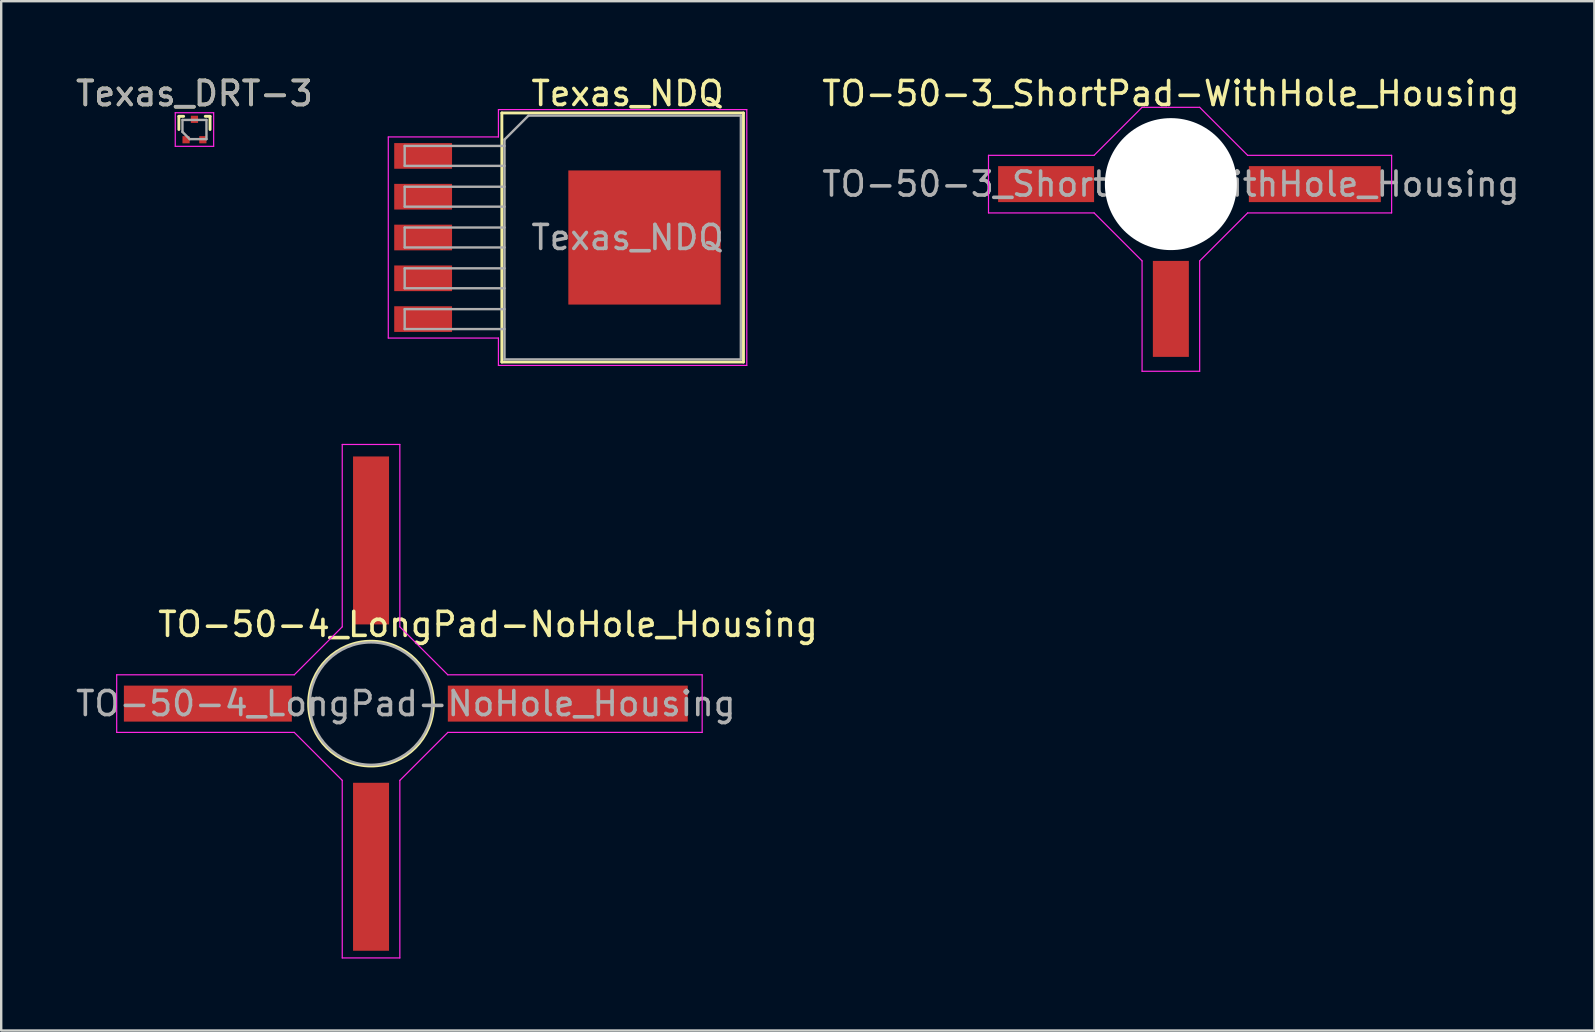
<source format=kicad_pcb>
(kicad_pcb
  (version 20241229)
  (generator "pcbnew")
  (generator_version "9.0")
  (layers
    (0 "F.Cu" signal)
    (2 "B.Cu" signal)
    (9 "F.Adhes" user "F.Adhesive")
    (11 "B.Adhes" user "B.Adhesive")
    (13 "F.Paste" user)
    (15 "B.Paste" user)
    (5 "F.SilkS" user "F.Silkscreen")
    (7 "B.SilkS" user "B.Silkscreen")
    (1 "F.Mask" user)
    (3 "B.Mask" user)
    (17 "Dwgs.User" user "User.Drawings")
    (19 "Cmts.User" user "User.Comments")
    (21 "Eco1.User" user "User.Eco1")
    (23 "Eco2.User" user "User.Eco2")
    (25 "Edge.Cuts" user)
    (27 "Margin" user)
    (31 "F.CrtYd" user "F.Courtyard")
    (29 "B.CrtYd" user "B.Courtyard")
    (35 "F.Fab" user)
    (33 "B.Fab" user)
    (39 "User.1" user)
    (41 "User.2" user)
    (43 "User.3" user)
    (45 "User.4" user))
  (footprint "Texas_NDQ"
    (layer "F.Cu")
    (at 20.602 6.848)
    (property "Reference" "Texas_NDQ" (at 2.5 -6 0) (layer "F.SilkS") (effects (font (size 1 1) (thickness 0.15))))
    (attr smd)
    (fp_line (start -2.737 -5.19) (end -2.737 5.19) (stroke (width 0.12) (type solid)) (layer "F.SilkS"))
    (fp_line (start -2.737 -5.19) (end 7.332 -5.19) (stroke (width 0.12) (type solid)) (layer "F.SilkS"))
    (fp_line (start 7.332 5.19) (end -2.737 5.19) (stroke (width 0.12) (type solid)) (layer "F.SilkS"))
    (fp_line (start 7.332 5.19) (end 7.332 -5.19) (stroke (width 0.12) (type solid)) (layer "F.SilkS"))
    (fp_line (start -7.47 4.19) (end -7.47 -4.19) (stroke (width 0.05) (type solid)) (layer "F.CrtYd"))
    (fp_line (start -2.88 -4.19) (end -7.47 -4.19) (stroke (width 0.05) (type solid)) (layer "F.CrtYd"))
    (fp_line (start -2.88 -4.19) (end -2.88 -5.33) (stroke (width 0.05) (type solid)) (layer "F.CrtYd"))
    (fp_line (start -2.88 4.19) (end -7.47 4.19) (stroke (width 0.05) (type solid)) (layer "F.CrtYd"))
    (fp_line (start -2.88 5.33) (end -2.88 4.19) (stroke (width 0.05) (type solid)) (layer "F.CrtYd"))
    (fp_line (start 7.47 -5.33) (end -2.88 -5.33) (stroke (width 0.05) (type solid)) (layer "F.CrtYd"))
    (fp_line (start 7.47 -5.33) (end 7.47 5.33) (stroke (width 0.05) (type solid)) (layer "F.CrtYd"))
    (fp_line (start 7.47 5.33) (end -2.88 5.33) (stroke (width 0.05) (type solid)) (layer "F.CrtYd"))
    (fp_line (start -6.787 -3.815) (end -6.787 -2.985) (stroke (width 0.1) (type solid)) (layer "F.Fab"))
    (fp_line (start -6.787 -2.115) (end -6.787 -1.285) (stroke (width 0.1) (type solid)) (layer "F.Fab"))
    (fp_line (start -6.787 -0.415) (end -6.787 0.415) (stroke (width 0.1) (type solid)) (layer "F.Fab"))
    (fp_line (start -6.787 1.285) (end -6.787 2.115) (stroke (width 0.1) (type solid)) (layer "F.Fab"))
    (fp_line (start -6.787 2.985) (end -6.787 3.815) (stroke (width 0.1) (type solid)) (layer "F.Fab"))
    (fp_line (start -2.627 -3.815) (end -6.787 -3.815) (stroke (width 0.1) (type solid)) (layer "F.Fab"))
    (fp_line (start -2.627 -2.985) (end -6.787 -2.985) (stroke (width 0.1) (type solid)) (layer "F.Fab"))
    (fp_line (start -2.627 -2.115) (end -6.787 -2.115) (stroke (width 0.1) (type solid)) (layer "F.Fab"))
    (fp_line (start -2.627 -1.285) (end -6.787 -1.285) (stroke (width 0.1) (type solid)) (layer "F.Fab"))
    (fp_line (start -2.627 -0.415) (end -6.787 -0.415) (stroke (width 0.1) (type solid)) (layer "F.Fab"))
    (fp_line (start -2.627 0.415) (end -6.787 0.415) (stroke (width 0.1) (type solid)) (layer "F.Fab"))
    (fp_line (start -2.627 1.285) (end -6.787 1.285) (stroke (width 0.1) (type solid)) (layer "F.Fab"))
    (fp_line (start -2.627 2.115) (end -6.787 2.115) (stroke (width 0.1) (type solid)) (layer "F.Fab"))
    (fp_line (start -2.627 2.985) (end -6.787 2.985) (stroke (width 0.1) (type solid)) (layer "F.Fab"))
    (fp_line (start -2.627 3.815) (end -6.787 3.815) (stroke (width 0.1) (type solid)) (layer "F.Fab"))
    (fp_line (start -2.627 5.08) (end -2.627 -4.08) (stroke (width 0.1) (type solid)) (layer "F.Fab"))
    (fp_line (start -1.627 -5.08) (end -2.627 -4.08) (stroke (width 0.1) (type solid)) (layer "F.Fab"))
    (fp_line (start -1.627 -5.08) (end 7.223 -5.08) (stroke (width 0.1) (type solid)) (layer "F.Fab"))
    (fp_line (start 7.223 -5.08) (end 7.223 5.08) (stroke (width 0.1) (type solid)) (layer "F.Fab"))
    (fp_line (start 7.223 5.08) (end -2.627 5.08) (stroke (width 0.1) (type solid)) (layer "F.Fab"))
    (fp_text user "${REFERENCE}" (at 2.5 0 0) (layer "F.Fab") (effects (font (size 1 1) (thickness 0.15))))
    (pad "1" smd rect (at -6.018 -3.4) (size 2.41 1.07) (layers "F.Cu" "F.Mask" "F.Paste"))
    (pad "2" smd rect (at -6.018 -1.7) (size 2.41 1.07) (layers "F.Cu" "F.Mask" "F.Paste"))
    (pad "3" smd rect (at -6.018 0) (size 2.41 1.07) (layers "F.Cu" "F.Mask" "F.Paste"))
    (pad "4" smd rect (at -6.018 1.7) (size 2.41 1.07) (layers "F.Cu" "F.Mask" "F.Paste"))
    (pad "5" smd rect (at -6.018 3.4) (size 2.41 1.07) (layers "F.Cu" "F.Mask" "F.Paste"))
    (pad "6" smd rect (at 3.208 0) (size 6.35 5.59) (layers "F.Cu" "F.Mask" "F.Paste")))
  (footprint "TO-50-3_ShortPad-WithHole_Housing"
    (layer "F.Cu")
    (at 46.146 7.223)
    (property "Reference" "TO-50-3_ShortPad-WithHole_Housing" (at -0.4 -6.375 0) (layer "F.SilkS") (effects (font (size 1 1) (thickness 0.15))))
    (attr smd)
    (fp_line (start -8 -1.4) (end -8 -3.8) (stroke (width 0.05) (type solid)) (layer "F.CrtYd"))
    (fp_line (start -8 -1.4) (end -3.6 -1.4) (stroke (width 0.05) (type solid)) (layer "F.CrtYd"))
    (fp_line (start -3.6 -3.8) (end -8 -3.8) (stroke (width 0.05) (type solid)) (layer "F.CrtYd"))
    (fp_line (start -3.6 -3.8) (end -1.6 -5.8) (stroke (width 0.05) (type solid)) (layer "F.CrtYd"))
    (fp_line (start -1.6 -5.8) (end 0.8 -5.8) (stroke (width 0.05) (type solid)) (layer "F.CrtYd"))
    (fp_line (start -1.6 0.6) (end -3.6 -1.4) (stroke (width 0.05) (type solid)) (layer "F.CrtYd"))
    (fp_line (start -1.6 5.2) (end -1.6 0.6) (stroke (width 0.05) (type solid)) (layer "F.CrtYd"))
    (fp_line (start 0.8 -5.8) (end 2.8 -3.8) (stroke (width 0.05) (type solid)) (layer "F.CrtYd"))
    (fp_line (start 0.8 0.6) (end 0.8 5.2) (stroke (width 0.05) (type solid)) (layer "F.CrtYd"))
    (fp_line (start 0.8 5.2) (end -1.6 5.2) (stroke (width 0.05) (type solid)) (layer "F.CrtYd"))
    (fp_line (start 2.8 -3.8) (end 8.8 -3.8) (stroke (width 0.05) (type solid)) (layer "F.CrtYd"))
    (fp_line (start 2.8 -1.4) (end 0.8 0.6) (stroke (width 0.05) (type solid)) (layer "F.CrtYd"))
    (fp_line (start 8.8 -3.8) (end 8.8 -1.4) (stroke (width 0.05) (type solid)) (layer "F.CrtYd"))
    (fp_line (start 8.8 -1.4) (end 2.8 -1.4) (stroke (width 0.05) (type solid)) (layer "F.CrtYd"))
    (fp_circle (center -0.4 -2.6) (end -0.35 -5.15) (stroke (width 0.1) (type solid)) (fill no) (layer "F.Fab"))
    (fp_text user "${REFERENCE}" (at -0.4 -2.6 0) (layer "F.Fab") (effects (font (size 1 1) (thickness 0.15))))
    (pad "" np_thru_hole circle (at -0.4 -2.6 270) (size 5.5 5.5) (drill 5.5) (layers "*.Cu" "*.Mask"))
    (pad "1" smd rect (at -5.6 -2.6 270) (size 1.5 4) (layers "F.Cu" "F.Mask" "F.Paste"))
    (pad "2" smd rect (at -0.4 2.6 270) (size 4 1.5) (layers "F.Cu" "F.Mask" "F.Paste"))
    (pad "3" smd rect (at 5.6 -2.6 270) (size 1.5 5.5) (layers "F.Cu" "F.Mask" "F.Paste")))
  (footprint "Texas_DRT-3"
    (layer "F.Cu")
    (at 5.054 2.348)
    (property "Reference" "Texas_DRT-3" (at 0 -1.5 0) (layer "F.SilkS") (effects (font (size 1 1) (thickness 0.15))))
    (attr smd)
    (fp_line (start -0.65 -0.55) (end -0.45 -0.55) (stroke (width 0.12) (type solid)) (layer "F.SilkS"))
    (fp_line (start -0.65 0) (end -0.65 -0.55) (stroke (width 0.12) (type solid)) (layer "F.SilkS"))
    (fp_line (start 0.65 -0.55) (end 0.45 -0.55) (stroke (width 0.12) (type solid)) (layer "F.SilkS"))
    (fp_line (start 0.65 0) (end 0.65 -0.55) (stroke (width 0.12) (type solid)) (layer "F.SilkS"))
    (fp_line (start -0.8 -0.7) (end 0.8 -0.7) (stroke (width 0.05) (type solid)) (layer "F.CrtYd"))
    (fp_line (start -0.8 0.7) (end -0.8 -0.7) (stroke (width 0.05) (type solid)) (layer "F.CrtYd"))
    (fp_line (start 0.8 -0.7) (end 0.8 0.7) (stroke (width 0.05) (type solid)) (layer "F.CrtYd"))
    (fp_line (start 0.8 0.7) (end -0.8 0.7) (stroke (width 0.05) (type solid)) (layer "F.CrtYd"))
    (fp_line (start -0.5 -0.4) (end 0.5 -0.4) (stroke (width 0.1) (type solid)) (layer "F.Fab"))
    (fp_line (start -0.5 0.1) (end -0.5 -0.4) (stroke (width 0.1) (type solid)) (layer "F.Fab"))
    (fp_line (start -0.5 0.1) (end -0.2 0.4) (stroke (width 0.1) (type solid)) (layer "F.Fab"))
    (fp_line (start 0.5 -0.4) (end 0.5 0.4) (stroke (width 0.1) (type solid)) (layer "F.Fab"))
    (fp_line (start 0.5 0.4) (end -0.2 0.4) (stroke (width 0.1) (type solid)) (layer "F.Fab"))
    (fp_text user "${REFERENCE}" (at 0 -1.5 0) (layer "F.Fab") (effects (font (size 1 1) (thickness 0.15))))
    (pad "1" smd rect (at -0.35 0.425) (size 0.3 0.3) (layers "F.Cu" "F.Mask" "F.Paste"))
    (pad "2" smd rect (at 0.35 0.425) (size 0.3 0.3) (layers "F.Cu" "F.Mask" "F.Paste"))
    (pad "3" smd rect (at 0 -0.425) (size 0.3 0.3) (layers "F.Cu" "F.Mask" "F.Paste")))
  (footprint "TO-50-4_LongPad-NoHole_Housing"
    (layer "F.Cu")
    (at 13.113 26.273)
    (property "Reference" "TO-50-4_LongPad-NoHole_Housing" (at 4.175 -3.3 0) (layer "F.SilkS") (effects (font (size 1 1) (thickness 0.15))))
    (attr smd)
    (fp_circle (center -0.7 0) (end -0.7 -2.6) (stroke (width 0.12) (type solid)) (fill no) (layer "F.SilkS"))
    (fp_line (start -11.3 -1.2) (end -3.9 -1.2) (stroke (width 0.05) (type solid)) (layer "F.CrtYd"))
    (fp_line (start -11.3 1.2) (end -11.3 -1.2) (stroke (width 0.05) (type solid)) (layer "F.CrtYd"))
    (fp_line (start -3.9 -1.2) (end -1.9 -3.2) (stroke (width 0.05) (type solid)) (layer "F.CrtYd"))
    (fp_line (start -3.9 1.2) (end -11.3 1.2) (stroke (width 0.05) (type solid)) (layer "F.CrtYd"))
    (fp_line (start -1.9 -10.8) (end 0.5 -10.8) (stroke (width 0.05) (type solid)) (layer "F.CrtYd"))
    (fp_line (start -1.9 -3.2) (end -1.9 -10.8) (stroke (width 0.05) (type solid)) (layer "F.CrtYd"))
    (fp_line (start -1.9 3.2) (end -3.9 1.2) (stroke (width 0.05) (type solid)) (layer "F.CrtYd"))
    (fp_line (start -1.9 10.6) (end -1.9 3.2) (stroke (width 0.05) (type solid)) (layer "F.CrtYd"))
    (fp_line (start 0.5 -10.8) (end 0.5 -3.2) (stroke (width 0.05) (type solid)) (layer "F.CrtYd"))
    (fp_line (start 0.5 -3.2) (end 2.5 -1.2) (stroke (width 0.05) (type solid)) (layer "F.CrtYd"))
    (fp_line (start 0.5 3.2) (end 0.5 10.6) (stroke (width 0.05) (type solid)) (layer "F.CrtYd"))
    (fp_line (start 0.5 10.6) (end -1.9 10.6) (stroke (width 0.05) (type solid)) (layer "F.CrtYd"))
    (fp_line (start 2.5 -1.2) (end 13.1 -1.2) (stroke (width 0.05) (type solid)) (layer "F.CrtYd"))
    (fp_line (start 2.5 1.2) (end 0.5 3.2) (stroke (width 0.05) (type solid)) (layer "F.CrtYd"))
    (fp_line (start 13.1 -1.2) (end 13.1 1.2) (stroke (width 0.05) (type solid)) (layer "F.CrtYd"))
    (fp_line (start 13.1 1.2) (end 2.5 1.2) (stroke (width 0.05) (type solid)) (layer "F.CrtYd"))
    (fp_circle (center -0.7 0) (end -0.65 -2.55) (stroke (width 0.1) (type solid)) (fill no) (layer "F.Fab"))
    (fp_text user "${REFERENCE}" (at 0.75 0 0) (layer "F.Fab") (effects (font (size 1 1) (thickness 0.15))))
    (pad "1" smd rect (at -7.5 0 270) (size 1.5 7) (layers "F.Cu" "F.Mask" "F.Paste"))
    (pad "2" smd rect (at -0.7 6.8 270) (size 7 1.5) (layers "F.Cu" "F.Mask" "F.Paste"))
    (pad "3" smd rect (at 7.5 0 270) (size 1.5 10) (layers "F.Cu" "F.Mask" "F.Paste"))
    (pad "4" smd rect (at -0.7 -6.8 270) (size 7 1.5) (layers "F.Cu" "F.Mask" "F.Paste")))
  (gr_rect
    (start -3 -3)
    (end 63.395 39.898)
    (stroke (width 0.1) (type default))
    (fill no)
    (layer "Edge.Cuts")))
</source>
